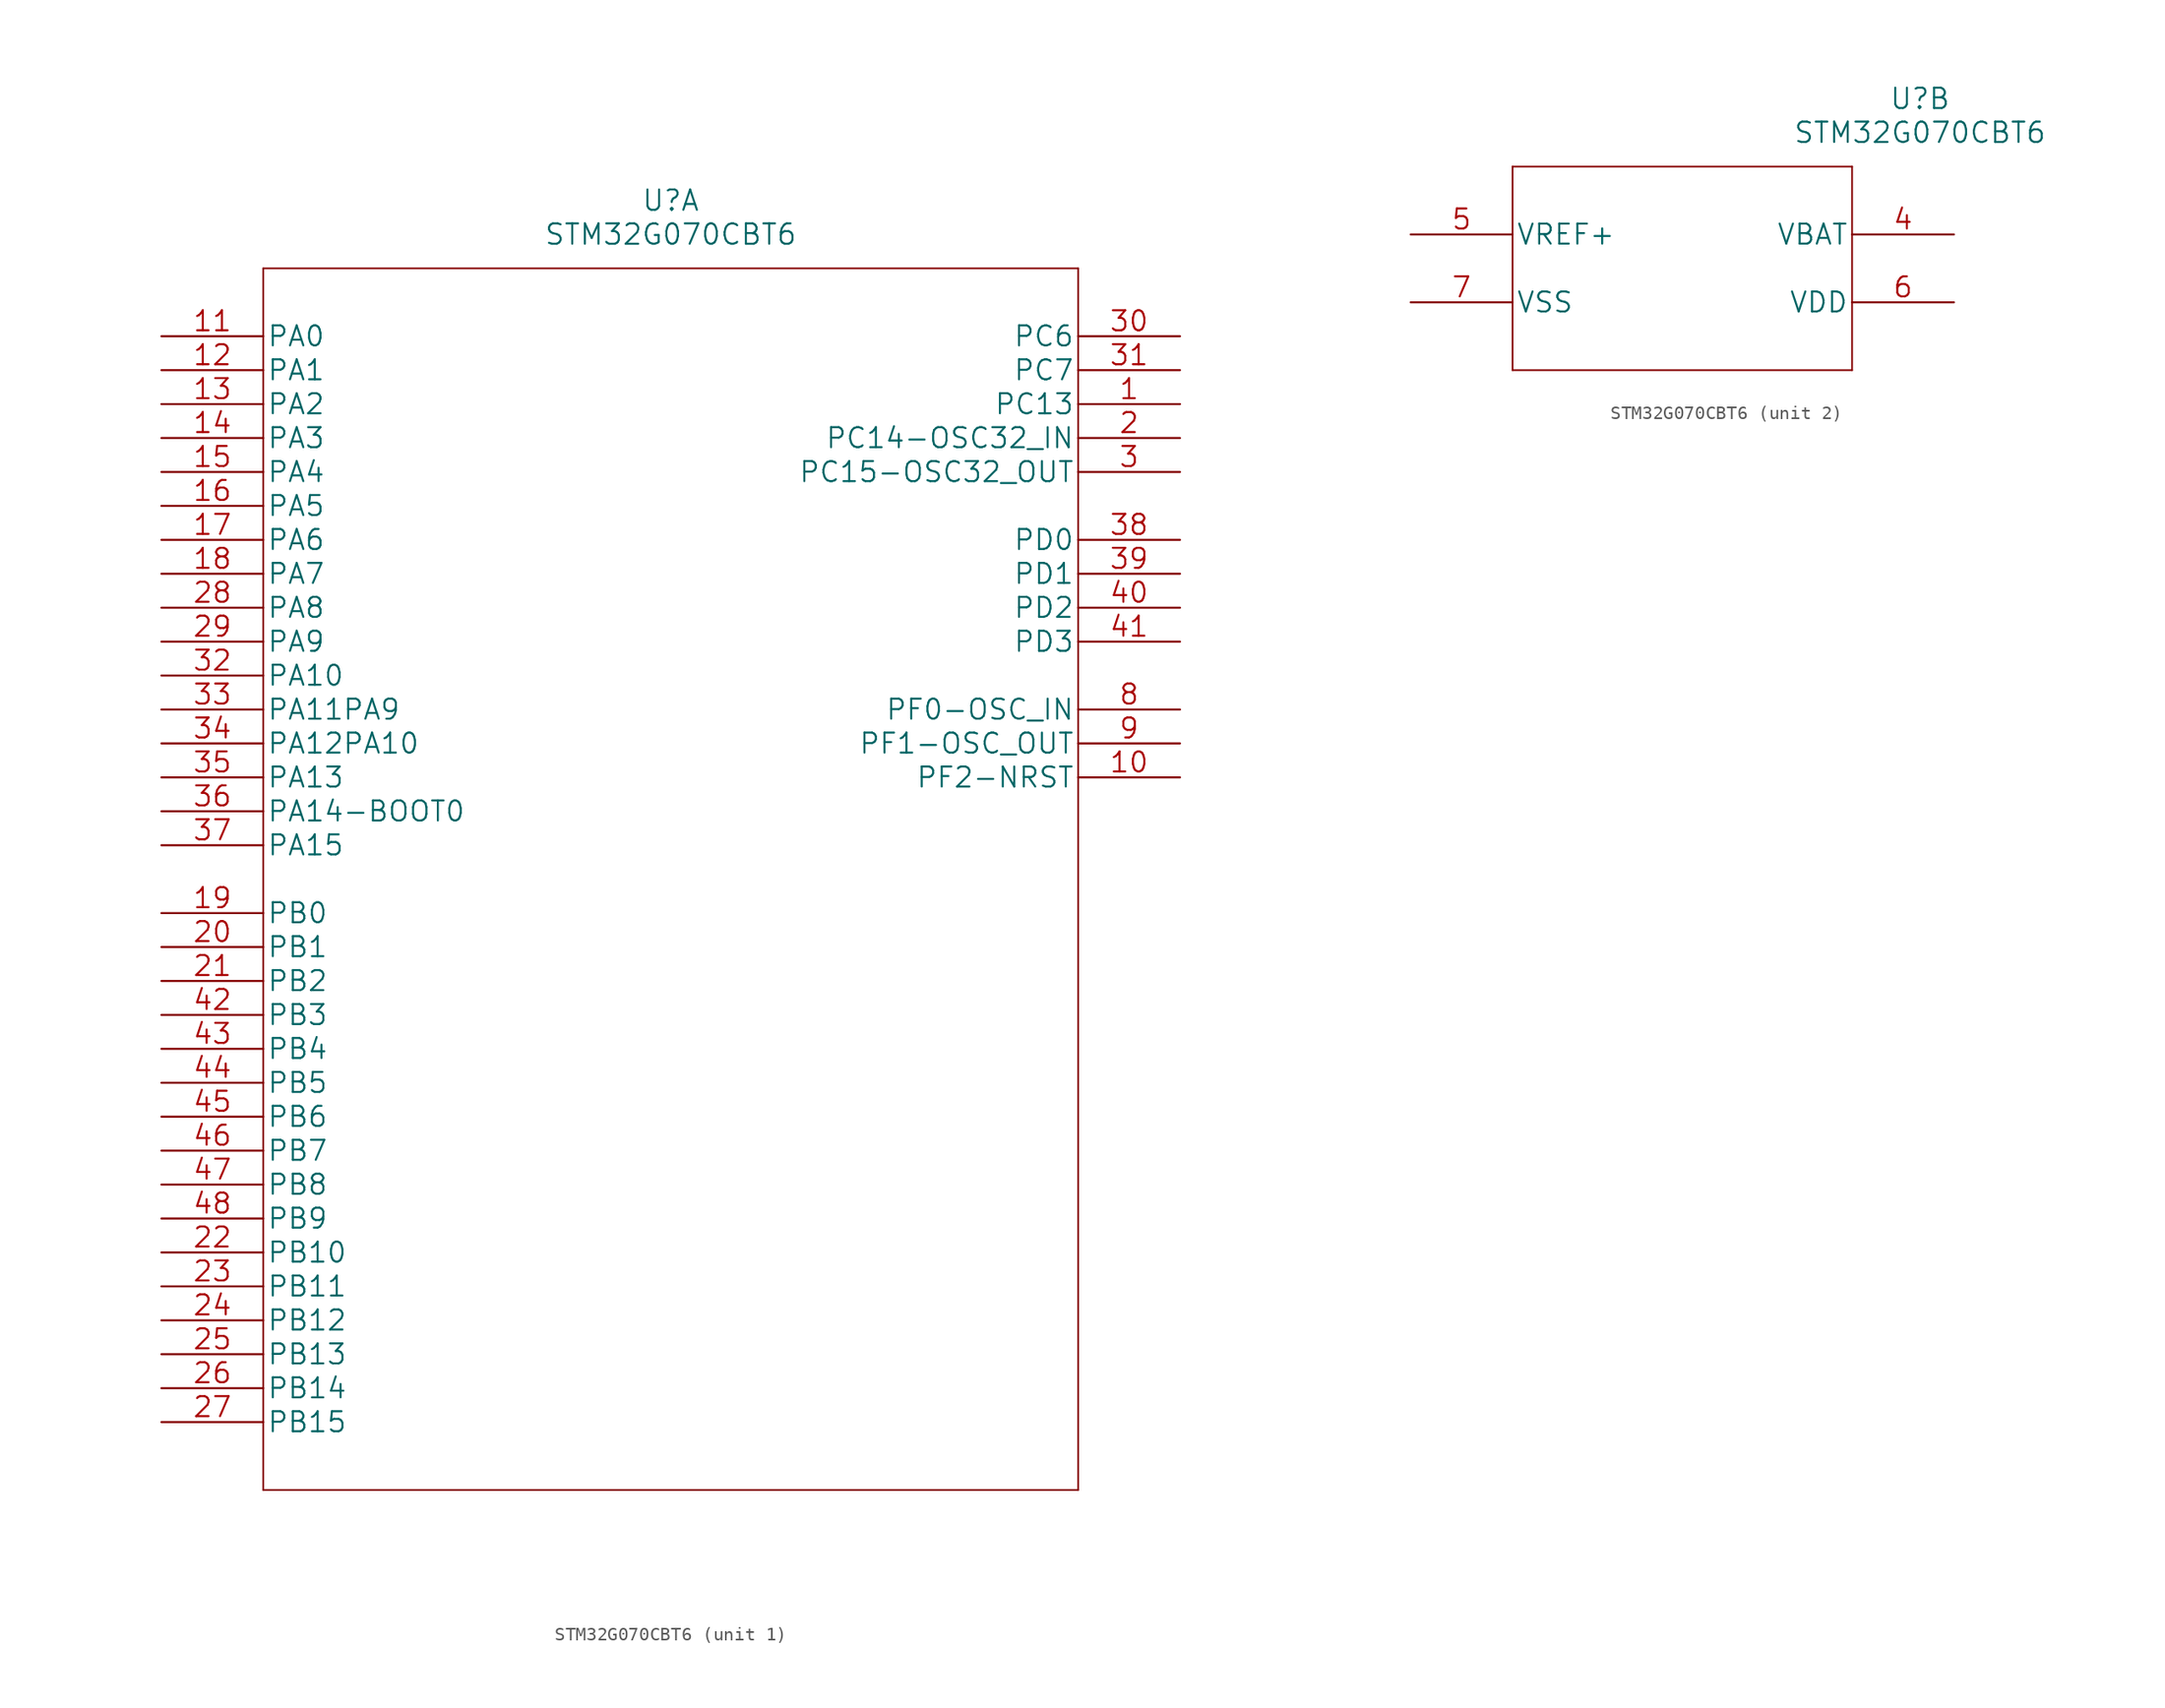
<source format=kicad_sym>
(kicad_symbol_lib
  (version 20211014)
  (generator kicad_symbol_editor)
  (symbol "STM32G070CBT6"
    (pin_names
      (offset 0.254))
    (property "Reference" "U"
      (at 38.1 10.16 0)
      (effects (font (size 1.524 1.524))))
    (property "Value" "STM32G070CBT6"
      (at 38.1 7.62 0)
      (effects (font (size 1.524 1.524))))
    (property "Datasheet" ""
      (at 0 0 0)
      (effects (font (size 1.524 1.524))))
    (symbol "STM32G070CBT6_1_1"
      (polyline (pts (xy 7.62 -86.36) (xy 68.58 -86.36)) (stroke (width 0.127) (type default) (color 0 0 0 0)) (fill (type none)))
      (polyline (pts (xy 7.62 5.08) (xy 7.62 -86.36)) (stroke (width 0.127) (type default) (color 0 0 0 0)) (fill (type none)))
      (polyline (pts (xy 68.58 -86.36) (xy 68.58 5.08)) (stroke (width 0.127) (type default) (color 0 0 0 0)) (fill (type none)))
      (polyline (pts (xy 68.58 5.08) (xy 7.62 5.08)) (stroke (width 0.127) (type default) (color 0 0 0 0)) (fill (type none)))
      (pin bidirectional line (at 76.2 -5.08 180) (length 7.62) (name "PC13" (effects (font (size 1.499 1.499)))) (number "1" (effects (font (size 1.499 1.499)))))
      (pin bidirectional line (at 76.2 -33.02 180) (length 7.62) (name "PF2-NRST" (effects (font (size 1.499 1.499)))) (number "10" (effects (font (size 1.499 1.499)))))
      (pin bidirectional line (at 0 0 0) (length 7.62) (name "PA0" (effects (font (size 1.499 1.499)))) (number "11" (effects (font (size 1.499 1.499)))))
      (pin bidirectional line (at 0 -2.54 0) (length 7.62) (name "PA1" (effects (font (size 1.499 1.499)))) (number "12" (effects (font (size 1.499 1.499)))))
      (pin bidirectional line (at 0 -5.08 0) (length 7.62) (name "PA2" (effects (font (size 1.499 1.499)))) (number "13" (effects (font (size 1.499 1.499)))))
      (pin bidirectional line (at 0 -7.62 0) (length 7.62) (name "PA3" (effects (font (size 1.499 1.499)))) (number "14" (effects (font (size 1.499 1.499)))))
      (pin bidirectional line (at 0 -10.16 0) (length 7.62) (name "PA4" (effects (font (size 1.499 1.499)))) (number "15" (effects (font (size 1.499 1.499)))))
      (pin bidirectional line (at 0 -12.7 0) (length 7.62) (name "PA5" (effects (font (size 1.499 1.499)))) (number "16" (effects (font (size 1.499 1.499)))))
      (pin bidirectional line (at 0 -15.24 0) (length 7.62) (name "PA6" (effects (font (size 1.499 1.499)))) (number "17" (effects (font (size 1.499 1.499)))))
      (pin bidirectional line (at 0 -17.78 0) (length 7.62) (name "PA7" (effects (font (size 1.499 1.499)))) (number "18" (effects (font (size 1.499 1.499)))))
      (pin bidirectional line (at 0 -43.18 0) (length 7.62) (name "PB0" (effects (font (size 1.499 1.499)))) (number "19" (effects (font (size 1.499 1.499)))))
      (pin bidirectional line (at 76.2 -7.62 180) (length 7.62) (name "PC14-OSC32_IN" (effects (font (size 1.499 1.499)))) (number "2" (effects (font (size 1.499 1.499)))))
      (pin bidirectional line (at 0 -45.72 0) (length 7.62) (name "PB1" (effects (font (size 1.499 1.499)))) (number "20" (effects (font (size 1.499 1.499)))))
      (pin bidirectional line (at 0 -48.26 0) (length 7.62) (name "PB2" (effects (font (size 1.499 1.499)))) (number "21" (effects (font (size 1.499 1.499)))))
      (pin bidirectional line (at 0 -68.58 0) (length 7.62) (name "PB10" (effects (font (size 1.499 1.499)))) (number "22" (effects (font (size 1.499 1.499)))))
      (pin bidirectional line (at 0 -71.12 0) (length 7.62) (name "PB11" (effects (font (size 1.499 1.499)))) (number "23" (effects (font (size 1.499 1.499)))))
      (pin bidirectional line (at 0 -73.66 0) (length 7.62) (name "PB12" (effects (font (size 1.499 1.499)))) (number "24" (effects (font (size 1.499 1.499)))))
      (pin bidirectional line (at 0 -76.2 0) (length 7.62) (name "PB13" (effects (font (size 1.499 1.499)))) (number "25" (effects (font (size 1.499 1.499)))))
      (pin bidirectional line (at 0 -78.74 0) (length 7.62) (name "PB14" (effects (font (size 1.499 1.499)))) (number "26" (effects (font (size 1.499 1.499)))))
      (pin bidirectional line (at 0 -81.28 0) (length 7.62) (name "PB15" (effects (font (size 1.499 1.499)))) (number "27" (effects (font (size 1.499 1.499)))))
      (pin bidirectional line (at 0 -20.32 0) (length 7.62) (name "PA8" (effects (font (size 1.499 1.499)))) (number "28" (effects (font (size 1.499 1.499)))))
      (pin bidirectional line (at 0 -22.86 0) (length 7.62) (name "PA9" (effects (font (size 1.499 1.499)))) (number "29" (effects (font (size 1.499 1.499)))))
      (pin bidirectional line (at 76.2 -10.16 180) (length 7.62) (name "PC15-OSC32_OUT" (effects (font (size 1.499 1.499)))) (number "3" (effects (font (size 1.499 1.499)))))
      (pin bidirectional line (at 76.2 0 180) (length 7.62) (name "PC6" (effects (font (size 1.499 1.499)))) (number "30" (effects (font (size 1.499 1.499)))))
      (pin bidirectional line (at 76.2 -2.54 180) (length 7.62) (name "PC7" (effects (font (size 1.499 1.499)))) (number "31" (effects (font (size 1.499 1.499)))))
      (pin bidirectional line (at 0 -25.4 0) (length 7.62) (name "PA10" (effects (font (size 1.499 1.499)))) (number "32" (effects (font (size 1.499 1.499)))))
      (pin bidirectional line (at 0 -27.94 0) (length 7.62) (name "PA11PA9" (effects (font (size 1.499 1.499)))) (number "33" (effects (font (size 1.499 1.499)))))
      (pin bidirectional line (at 0 -30.48 0) (length 7.62) (name "PA12PA10" (effects (font (size 1.499 1.499)))) (number "34" (effects (font (size 1.499 1.499)))))
      (pin bidirectional line (at 0 -33.02 0) (length 7.62) (name "PA13" (effects (font (size 1.499 1.499)))) (number "35" (effects (font (size 1.499 1.499)))))
      (pin bidirectional line (at 0 -35.56 0) (length 7.62) (name "PA14-BOOT0" (effects (font (size 1.499 1.499)))) (number "36" (effects (font (size 1.499 1.499)))))
      (pin bidirectional line (at 0 -38.1 0) (length 7.62) (name "PA15" (effects (font (size 1.499 1.499)))) (number "37" (effects (font (size 1.499 1.499)))))
      (pin bidirectional line (at 76.2 -15.24 180) (length 7.62) (name "PD0" (effects (font (size 1.499 1.499)))) (number "38" (effects (font (size 1.499 1.499)))))
      (pin bidirectional line (at 76.2 -17.78 180) (length 7.62) (name "PD1" (effects (font (size 1.499 1.499)))) (number "39" (effects (font (size 1.499 1.499)))))
      (pin bidirectional line (at 76.2 -20.32 180) (length 7.62) (name "PD2" (effects (font (size 1.499 1.499)))) (number "40" (effects (font (size 1.499 1.499)))))
      (pin bidirectional line (at 76.2 -22.86 180) (length 7.62) (name "PD3" (effects (font (size 1.499 1.499)))) (number "41" (effects (font (size 1.499 1.499)))))
      (pin bidirectional line (at 0 -50.8 0) (length 7.62) (name "PB3" (effects (font (size 1.499 1.499)))) (number "42" (effects (font (size 1.499 1.499)))))
      (pin bidirectional line (at 0 -53.34 0) (length 7.62) (name "PB4" (effects (font (size 1.499 1.499)))) (number "43" (effects (font (size 1.499 1.499)))))
      (pin bidirectional line (at 0 -55.88 0) (length 7.62) (name "PB5" (effects (font (size 1.499 1.499)))) (number "44" (effects (font (size 1.499 1.499)))))
      (pin bidirectional line (at 0 -58.42 0) (length 7.62) (name "PB6" (effects (font (size 1.499 1.499)))) (number "45" (effects (font (size 1.499 1.499)))))
      (pin bidirectional line (at 0 -60.96 0) (length 7.62) (name "PB7" (effects (font (size 1.499 1.499)))) (number "46" (effects (font (size 1.499 1.499)))))
      (pin bidirectional line (at 0 -63.5 0) (length 7.62) (name "PB8" (effects (font (size 1.499 1.499)))) (number "47" (effects (font (size 1.499 1.499)))))
      (pin bidirectional line (at 0 -66.04 0) (length 7.62) (name "PB9" (effects (font (size 1.499 1.499)))) (number "48" (effects (font (size 1.499 1.499)))))
      (pin bidirectional line (at 76.2 -27.94 180) (length 7.62) (name "PF0-OSC_IN" (effects (font (size 1.499 1.499)))) (number "8" (effects (font (size 1.499 1.499)))))
      (pin bidirectional line (at 76.2 -30.48 180) (length 7.62) (name "PF1-OSC_OUT" (effects (font (size 1.499 1.499)))) (number "9" (effects (font (size 1.499 1.499))))))
    (symbol "STM32G070CBT6_2_1"
      (polyline (pts (xy 7.62 -10.16) (xy 33.02 -10.16)) (stroke (width 0.127) (type default) (color 0 0 0 0)) (fill (type none)))
      (polyline (pts (xy 7.62 5.08) (xy 7.62 -10.16)) (stroke (width 0.127) (type default) (color 0 0 0 0)) (fill (type none)))
      (polyline (pts (xy 33.02 -10.16) (xy 33.02 5.08)) (stroke (width 0.127) (type default) (color 0 0 0 0)) (fill (type none)))
      (polyline (pts (xy 33.02 5.08) (xy 7.62 5.08)) (stroke (width 0.127) (type default) (color 0 0 0 0)) (fill (type none)))
      (pin power_in line (at 40.64 0 180) (length 7.62) (name "VBAT" (effects (font (size 1.499 1.499)))) (number "4" (effects (font (size 1.499 1.499)))))
      (pin power_in line (at 0 0 0) (length 7.62) (name "VREF+" (effects (font (size 1.499 1.499)))) (number "5" (effects (font (size 1.499 1.499)))))
      (pin power_in line (at 40.64 -5.08 180) (length 7.62) (name "VDD" (effects (font (size 1.499 1.499)))) (number "6" (effects (font (size 1.499 1.499)))))
      (pin power_in line (at 0 -5.08 0) (length 7.62) (name "VSS" (effects (font (size 1.499 1.499)))) (number "7" (effects (font (size 1.499 1.499))))))))
</source>
